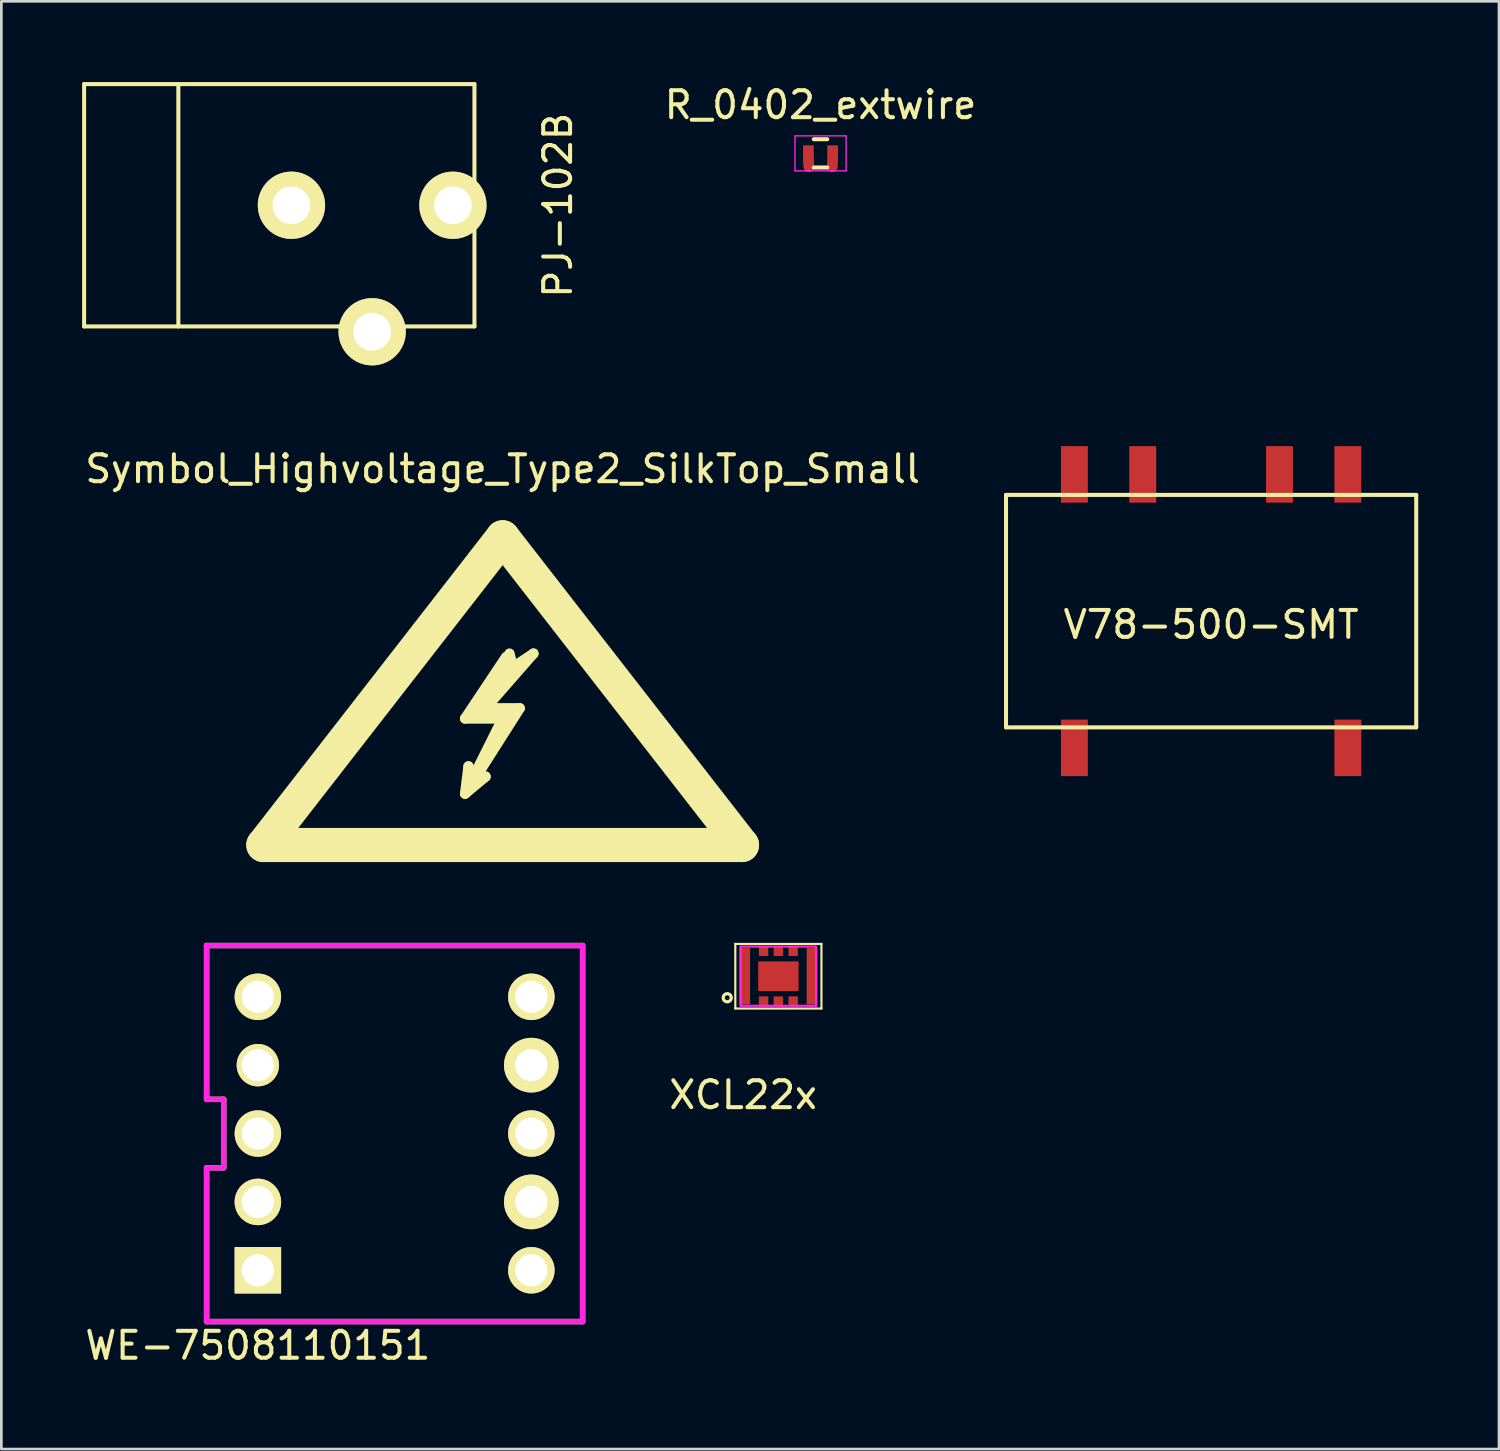
<source format=kicad_pcb>
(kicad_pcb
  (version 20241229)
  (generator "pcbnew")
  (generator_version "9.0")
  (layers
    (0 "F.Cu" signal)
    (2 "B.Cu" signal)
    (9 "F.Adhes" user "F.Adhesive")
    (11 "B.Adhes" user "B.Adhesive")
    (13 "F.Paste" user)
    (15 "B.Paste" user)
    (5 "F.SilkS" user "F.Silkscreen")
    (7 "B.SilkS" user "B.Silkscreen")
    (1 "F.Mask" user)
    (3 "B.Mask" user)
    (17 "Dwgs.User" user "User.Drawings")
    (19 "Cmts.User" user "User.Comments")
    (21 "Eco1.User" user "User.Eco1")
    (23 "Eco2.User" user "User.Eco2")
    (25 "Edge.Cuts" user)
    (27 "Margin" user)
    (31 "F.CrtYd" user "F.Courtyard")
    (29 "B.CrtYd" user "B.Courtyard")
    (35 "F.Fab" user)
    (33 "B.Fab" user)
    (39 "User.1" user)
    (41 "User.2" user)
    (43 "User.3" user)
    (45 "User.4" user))
  (footprint "PJ-102B"
    (layer "F.Cu")
    (at 7.576 4.576)
    (property "Reference" "PJ-102B" (at 10.099 0 90) (layer "F.SilkS") (effects (font (size 1 1) (thickness 0.15))))
    (attr through_hole)
    (fp_line (start -7.501 -4.501) (end -7.501 4.501) (stroke (width 0.15) (type solid)) (layer "F.SilkS"))
    (fp_line (start -7.501 4.501) (end 7 4.501) (stroke (width 0.15) (type solid)) (layer "F.SilkS"))
    (fp_line (start -4 -4.501) (end -4 4.501) (stroke (width 0.15) (type solid)) (layer "F.SilkS"))
    (fp_line (start 7 -4.501) (end -7.501 -4.501) (stroke (width 0.15) (type solid)) (layer "F.SilkS"))
    (fp_line (start 7 4.501) (end 7 -4.501) (stroke (width 0.15) (type solid)) (layer "F.SilkS"))
    (pad "1" thru_hole circle (at 6.2 0) (size 2.5 2.5) (drill 1.4) (layers "*.Cu" "*.Mask" "F.SilkS"))
    (pad "2" thru_hole circle (at 0.201 0) (size 2.5 2.5) (drill 1.4) (layers "*.Cu" "*.Mask" "F.SilkS"))
    (pad "3" thru_hole circle (at 3.2 4.699) (size 2.5 2.5) (drill 1.4) (layers "*.Cu" "*.Mask" "F.SilkS")))
  (footprint "Symbol_Highvoltage_Type2_SilkTop_Small"
    (layer "F.Cu")
    (at 15.625 24.533)
    (property "Reference" "Symbol_Highvoltage_Type2_SilkTop_Small" (at 0 -10.16 0) (layer "F.SilkS") (effects (font (size 1 1) (thickness 0.15))))
    (attr through_hole)
    (fp_line (start -8.89 3.81) (end 0 -7.62) (stroke (width 1.27) (type solid)) (layer "F.SilkS"))
    (fp_line (start -1.397 -0.889) (end 0 -0.889) (stroke (width 0.381) (type solid)) (layer "F.SilkS"))
    (fp_line (start -1.397 1.905) (end -0.635 1.27) (stroke (width 0.381) (type solid)) (layer "F.SilkS"))
    (fp_line (start -1.27 0.889) (end -1.397 1.905) (stroke (width 0.381) (type solid)) (layer "F.SilkS"))
    (fp_line (start -1.143 1.397) (end -1.27 0.889) (stroke (width 0.381) (type solid)) (layer "F.SilkS"))
    (fp_line (start -1.143 1.524) (end 0.635 -1.27) (stroke (width 0.381) (type solid)) (layer "F.SilkS"))
    (fp_line (start -1.016 -1.016) (end 0.254 -1.016) (stroke (width 0.381) (type solid)) (layer "F.SilkS"))
    (fp_line (start -0.635 -1.27) (end 1.143 -3.302) (stroke (width 0.381) (type solid)) (layer "F.SilkS"))
    (fp_line (start -0.635 1.27) (end -1.143 1.524) (stroke (width 0.381) (type solid)) (layer "F.SilkS"))
    (fp_line (start 0 -7.62) (end 8.89 3.81) (stroke (width 1.27) (type solid)) (layer "F.SilkS"))
    (fp_line (start 0 -0.889) (end -1.143 1.397) (stroke (width 0.381) (type solid)) (layer "F.SilkS"))
    (fp_line (start 0.127 -3.175) (end -1.397 -0.889) (stroke (width 0.381) (type solid)) (layer "F.SilkS"))
    (fp_line (start 0.381 -2.921) (end -1.016 -1.016) (stroke (width 0.381) (type solid)) (layer "F.SilkS"))
    (fp_line (start 0.381 -2.794) (end 0.254 -3.302) (stroke (width 0.381) (type solid)) (layer "F.SilkS"))
    (fp_line (start 0.635 -1.27) (end -0.635 -1.27) (stroke (width 0.381) (type solid)) (layer "F.SilkS"))
    (fp_line (start 1.143 -3.302) (end 0.381 -2.794) (stroke (width 0.381) (type solid)) (layer "F.SilkS"))
    (fp_line (start 8.89 3.81) (end -8.89 3.81) (stroke (width 1.27) (type solid)) (layer "F.SilkS")))
  (footprint "WE-7508110151"
    (layer "F.Cu")
    (at 11.61 39.063)
    (property "Reference" "WE-7508110151" (at -5.08 7.874 0) (layer "F.SilkS") (effects (font (size 1 1) (thickness 0.15))))
    (attr through_hole)
    (fp_line (start -6.985 -6.985) (end 6.985 -6.985) (stroke (width 0.2) (type solid)) (layer "F.SilkS"))
    (fp_line (start -6.985 -1.27) (end -6.985 -6.985) (stroke (width 0.2) (type solid)) (layer "F.SilkS"))
    (fp_line (start -6.985 1.27) (end -6.35 1.27) (stroke (width 0.2) (type solid)) (layer "F.SilkS"))
    (fp_line (start -6.985 6.985) (end -6.985 1.27) (stroke (width 0.2) (type solid)) (layer "F.SilkS"))
    (fp_line (start -6.35 -1.27) (end -6.985 -1.27) (stroke (width 0.2) (type solid)) (layer "F.SilkS"))
    (fp_line (start -6.35 1.27) (end -6.35 -1.27) (stroke (width 0.2) (type solid)) (layer "F.SilkS"))
    (fp_line (start 6.985 -6.985) (end 6.985 6.985) (stroke (width 0.2) (type solid)) (layer "F.SilkS"))
    (fp_line (start 6.985 6.985) (end -6.985 6.985) (stroke (width 0.2) (type solid)) (layer "F.SilkS"))
    (fp_line (start -6.985 -6.985) (end 6.985 -6.985) (stroke (width 0.2) (type solid)) (layer "F.CrtYd"))
    (fp_line (start -6.985 -1.27) (end -6.985 -6.985) (stroke (width 0.2) (type solid)) (layer "F.CrtYd"))
    (fp_line (start -6.985 1.27) (end -6.35 1.27) (stroke (width 0.2) (type solid)) (layer "F.CrtYd"))
    (fp_line (start -6.985 6.985) (end -6.985 1.27) (stroke (width 0.2) (type solid)) (layer "F.CrtYd"))
    (fp_line (start -6.35 -1.27) (end -6.985 -1.27) (stroke (width 0.2) (type solid)) (layer "F.CrtYd"))
    (fp_line (start -6.35 1.27) (end -6.35 -1.27) (stroke (width 0.2) (type solid)) (layer "F.CrtYd"))
    (fp_line (start 6.985 -6.985) (end 6.985 6.985) (stroke (width 0.2) (type solid)) (layer "F.CrtYd"))
    (fp_line (start 6.985 6.985) (end -6.985 6.985) (stroke (width 0.2) (type solid)) (layer "F.CrtYd"))
    (pad "1" thru_hole rect (at -5.08 5.08) (size 1.727 1.727) (drill 1.194) (layers "*.Cu" "*.Mask" "F.SilkS"))
    (pad "2" thru_hole circle (at -5.08 2.54) (size 1.727 1.727) (drill 1.194) (layers "*.Cu" "*.Mask" "F.SilkS"))
    (pad "3" thru_hole circle (at -5.08 0) (size 1.727 1.727) (drill 1.194) (layers "*.Cu" "*.Mask" "F.SilkS"))
    (pad "4" thru_hole circle (at -5.08 -2.54) (size 1.575 1.575) (drill 1.194) (layers "*.Cu" "*.Mask" "F.SilkS"))
    (pad "5" thru_hole circle (at -5.08 -5.08) (size 1.727 1.727) (drill 1.194) (layers "*.Cu" "*.Mask" "F.SilkS"))
    (pad "6" thru_hole circle (at 5.08 -5.08) (size 1.727 1.727) (drill 1.194) (layers "*.Cu" "*.Mask" "F.SilkS"))
    (pad "7" thru_hole circle (at 5.08 -2.54) (size 2.032 2.032) (drill 1.194) (layers "*.Cu" "*.Mask" "F.SilkS"))
    (pad "8" thru_hole circle (at 5.08 0) (size 1.727 1.727) (drill 1.194) (layers "*.Cu" "*.Mask" "F.SilkS"))
    (pad "9" thru_hole circle (at 5.08 2.54) (size 2.032 2.032) (drill 1.194) (layers "*.Cu" "*.Mask" "F.SilkS"))
    (pad "10" thru_hole circle (at 5.08 5.08) (size 1.727 1.727) (drill 1.194) (layers "*.Cu" "*.Mask" "F.SilkS")))
  (footprint "XCL22x"
    (layer "F.Cu")
    (at 25.868 33.218)
    (property "Reference" "XCL22x" (at -1.31 4.41 0) (layer "F.SilkS") (effects (font (size 1 1) (thickness 0.15))))
    (attr through_hole)
    (fp_line (start -1.6 -1.2) (end 1.6 -1.2) (stroke (width 0.08) (type solid)) (layer "F.SilkS"))
    (fp_line (start -1.6 1.2) (end -1.6 -1.2) (stroke (width 0.08) (type solid)) (layer "F.SilkS"))
    (fp_line (start 1.6 -1.2) (end 1.6 1.2) (stroke (width 0.08) (type solid)) (layer "F.SilkS"))
    (fp_line (start 1.6 1.2) (end -1.6 1.2) (stroke (width 0.08) (type solid)) (layer "F.SilkS"))
    (fp_circle (center -1.9 0.8) (end -2.05 0.8) (stroke (width 0.12) (type solid)) (fill no) (layer "F.SilkS"))
    (fp_line (start -1.4 -1.1) (end 1.4 -1.1) (stroke (width 0.08) (type solid)) (layer "F.CrtYd"))
    (fp_line (start -1.4 1.1) (end -1.4 -1.1) (stroke (width 0.08) (type solid)) (layer "F.CrtYd"))
    (fp_line (start 1.4 -1.1) (end 1.4 1.1) (stroke (width 0.08) (type solid)) (layer "F.CrtYd"))
    (fp_line (start 1.4 1.1) (end -1.4 1.1) (stroke (width 0.08) (type solid)) (layer "F.CrtYd"))
    (pad "" smd rect (at -0.45 0) (size 0.4 0.9) (layers "F.Paste"))
    (pad "" smd rect (at 0.45 0) (size 0.4 0.9) (layers "F.Paste"))
    (pad "1" smd rect (at -0.55 0.938) (size 0.35 0.375) (layers "F.Cu" "F.Mask" "F.Paste"))
    (pad "2" smd rect (at 0 0.938) (size 0.35 0.375) (layers "F.Cu" "F.Mask" "F.Paste"))
    (pad "3" smd rect (at 0.55 0.938) (size 0.35 0.375) (layers "F.Cu" "F.Mask" "F.Paste"))
    (pad "4" smd rect (at 0.55 -0.938) (size 0.35 0.375) (layers "F.Cu" "F.Mask" "B.Paste"))
    (pad "5" smd rect (at 0 -0.938) (size 0.35 0.375) (layers "F.Cu" "F.Mask" "F.Paste"))
    (pad "6" smd rect (at -0.55 -0.938) (size 0.35 0.375) (layers "F.Cu" "F.Mask" "F.Paste"))
    (pad "7" smd rect (at -1.25 0) (size 0.4 2.1) (layers "F.Cu" "F.Mask" "F.Paste"))
    (pad "8" smd rect (at 1.25 0) (size 0.4 2.1) (layers "F.Cu" "F.Mask" "F.Paste"))
    (pad "PAD" smd rect (at 0 0) (size 1.5 1.1) (layers "F.Cu" "F.Mask")))
  (footprint "V78-500-SMT"
    (layer "F.Cu")
    (at 41.945 19.655)
    (property "Reference" "V78-500-SMT" (at 0 0.5 0) (layer "F.SilkS") (effects (font (size 1 1) (thickness 0.15))))
    (attr through_hole)
    (fp_line (start -7.62 -4.318) (end 7.62 -4.318) (stroke (width 0.15) (type solid)) (layer "F.SilkS"))
    (fp_line (start -7.62 4.318) (end -7.62 -4.318) (stroke (width 0.15) (type solid)) (layer "F.SilkS"))
    (fp_line (start 7.62 -4.318) (end 7.62 4.318) (stroke (width 0.15) (type solid)) (layer "F.SilkS"))
    (fp_line (start 7.62 4.318) (end -7.62 4.318) (stroke (width 0.15) (type solid)) (layer "F.SilkS"))
    (pad "1" smd rect (at -5.08 5.08) (size 1 2.1) (layers "F.Cu" "F.Mask" "F.Paste"))
    (pad "5" smd rect (at 5.08 5.08) (size 1 2.1) (layers "F.Cu" "F.Mask" "F.Paste"))
    (pad "6" smd rect (at 5.08 -5.08) (size 1 2.1) (layers "F.Cu" "F.Mask" "F.Paste"))
    (pad "7" smd rect (at 2.54 -5.08) (size 1 2.1) (layers "F.Cu" "F.Mask" "F.Paste"))
    (pad "9" smd rect (at -2.54 -5.08) (size 1 2.1) (layers "F.Cu" "F.Mask" "F.Paste"))
    (pad "10" smd rect (at -5.08 -5.08) (size 1 2.1) (layers "F.Cu" "F.Mask" "F.Paste")))
  (footprint "R_0402_extwire"
    (layer "F.Cu")
    (at 27.434 2.648)
    (property "Reference" "R_0402_extwire" (at 0 -1.8 0) (layer "F.SilkS") (effects (font (size 1 1) (thickness 0.15))))
    (attr smd)
    (fp_line (start -0.25 0.525) (end 0.25 0.525) (stroke (width 0.15) (type solid)) (layer "F.SilkS"))
    (fp_line (start 0.25 -0.525) (end -0.25 -0.525) (stroke (width 0.15) (type solid)) (layer "F.SilkS"))
    (fp_line (start -0.95 -0.65) (end -0.95 0.65) (stroke (width 0.05) (type solid)) (layer "F.CrtYd"))
    (fp_line (start -0.95 -0.65) (end 0.95 -0.65) (stroke (width 0.05) (type solid)) (layer "F.CrtYd"))
    (fp_line (start -0.95 0.65) (end 0.95 0.65) (stroke (width 0.05) (type solid)) (layer "F.CrtYd"))
    (fp_line (start 0.95 -0.65) (end 0.95 0.65) (stroke (width 0.05) (type solid)) (layer "F.CrtYd"))
    (pad "1" smd rect (at -0.45 0) (size 0.4 0.6) (layers "F.Cu" "F.Mask" "F.Paste"))
    (pad "1" smd oval (at -0.44 0.4 4.4) (size 0.4 0.6) (layers "F.Cu" "F.Mask" "F.Paste"))
    (pad "2" smd oval (at 0.44 0.4 355.6) (size 0.4 0.6) (layers "F.Cu" "F.Mask" "F.Paste"))
    (pad "2" smd rect (at 0.45 0) (size 0.4 0.6) (layers "F.Cu" "F.Mask" "F.Paste")))
  (gr_rect
    (start -3 -3)
    (end 52.64 50.785)
    (stroke (width 0.1) (type default))
    (fill no)
    (layer "Edge.Cuts")))
</source>
